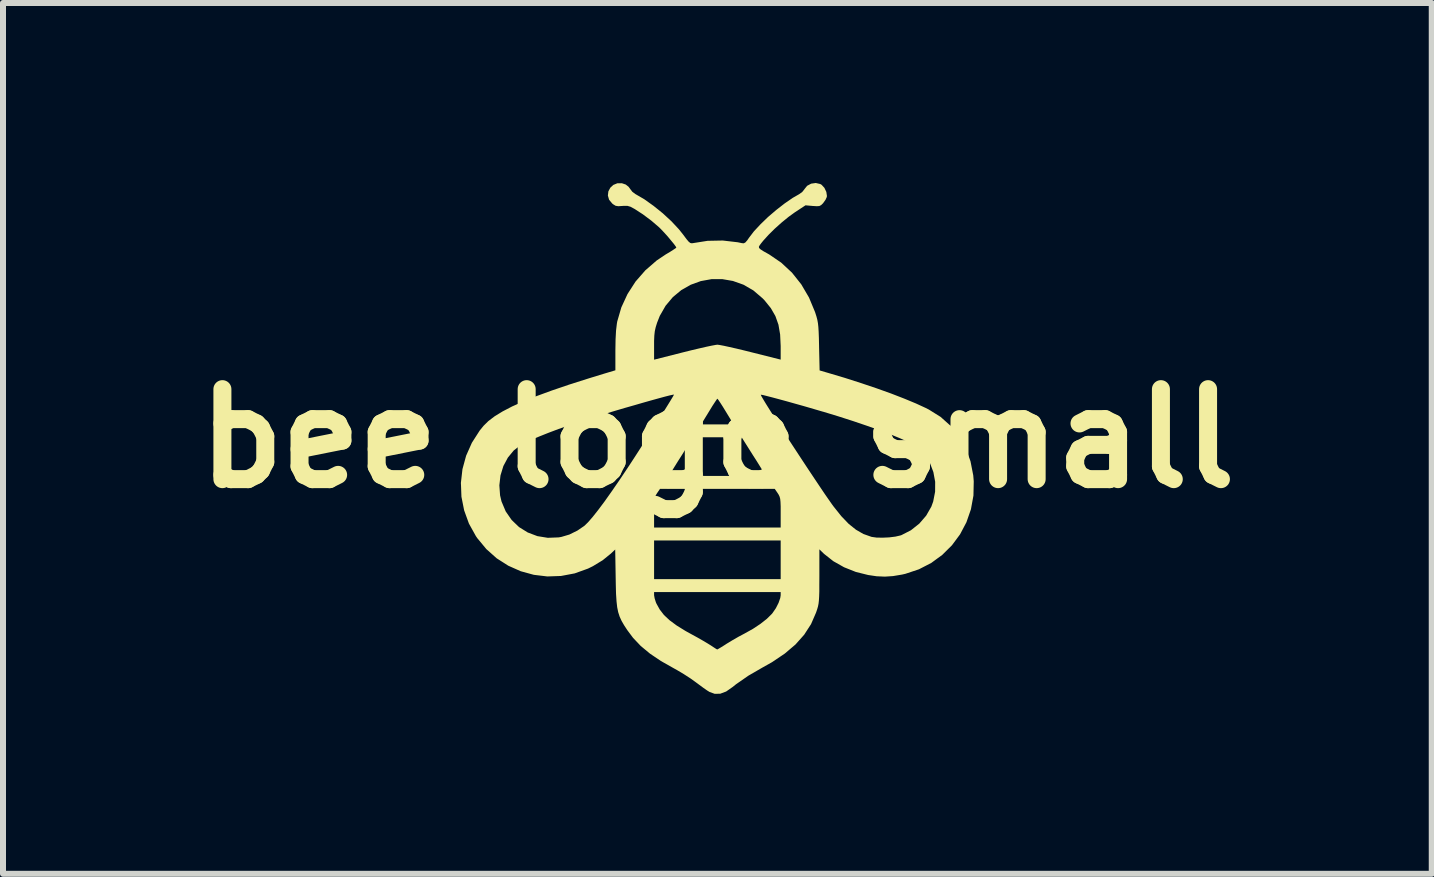
<source format=kicad_pcb>
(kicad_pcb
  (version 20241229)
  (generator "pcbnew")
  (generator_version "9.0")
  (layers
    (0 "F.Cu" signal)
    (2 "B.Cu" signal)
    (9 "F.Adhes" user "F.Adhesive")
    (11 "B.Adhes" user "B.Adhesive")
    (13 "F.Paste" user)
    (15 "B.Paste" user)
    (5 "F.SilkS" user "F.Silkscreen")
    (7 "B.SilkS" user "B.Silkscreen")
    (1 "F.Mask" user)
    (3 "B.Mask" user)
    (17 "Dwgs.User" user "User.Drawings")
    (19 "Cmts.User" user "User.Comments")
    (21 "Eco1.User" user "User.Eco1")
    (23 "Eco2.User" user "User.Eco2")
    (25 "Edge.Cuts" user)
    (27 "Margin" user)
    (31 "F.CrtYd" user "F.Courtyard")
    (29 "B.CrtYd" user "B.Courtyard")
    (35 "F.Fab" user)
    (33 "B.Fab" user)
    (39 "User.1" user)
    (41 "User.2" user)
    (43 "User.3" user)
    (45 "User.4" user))
  (footprint "bee logo small"
    (layer "F.Cu")
    (at 8.907 4.258)
    (property "Reference" "bee logo small" (at 0 0 0) (layer "F.SilkS") (effects (font (size 1.5 1.5) (thickness 0.3))))
    (attr board_only exclude_from_pos_files exclude_from_bom)
    (fp_poly (pts (xy 1.714 -4.241) (xy 1.737 -4.228) (xy 1.784 -4.177) (xy 1.816 -4.109) (xy 1.826 -4.042) (xy 1.823 -4.023) (xy 1.802 -3.977) (xy 1.766 -3.927) (xy 1.761 -3.92) (xy 1.73 -3.89) (xy 1.7 -3.874) (xy 1.658 -3.871) (xy 1.591 -3.875) (xy 1.59 -3.875) (xy 1.469 -3.886) (xy 1.291 -3.769) (xy 1.186 -3.693) (xy 1.072 -3.6) (xy 0.957 -3.497) (xy 0.852 -3.393) (xy 0.766 -3.298) (xy 0.732 -3.256) (xy 0.706 -3.221) (xy 0.692 -3.196) (xy 0.695 -3.175) (xy 0.719 -3.152) (xy 0.767 -3.121) (xy 0.844 -3.078) (xy 0.862 -3.068) (xy 1.063 -2.931) (xy 1.243 -2.764) (xy 1.398 -2.569) (xy 1.527 -2.349) (xy 1.627 -2.109) (xy 1.633 -2.091) (xy 1.652 -2.031) (xy 1.666 -1.977) (xy 1.676 -1.922) (xy 1.683 -1.858) (xy 1.688 -1.778) (xy 1.692 -1.675) (xy 1.695 -1.54) (xy 1.695 -1.529) (xy 1.704 -1.134) (xy 1.844 -1.093) (xy 2.12 -1.011) (xy 2.391 -0.924) (xy 2.65 -0.837) (xy 2.893 -0.75) (xy 3.115 -0.664) (xy 3.31 -0.583) (xy 3.473 -0.508) (xy 3.524 -0.482) (xy 3.721 -0.359) (xy 3.89 -0.208) (xy 4.031 -0.034) (xy 4.141 0.163) (xy 4.219 0.381) (xy 4.265 0.616) (xy 4.273 0.714) (xy 4.268 0.952) (xy 4.226 1.181) (xy 4.151 1.397) (xy 4.045 1.598) (xy 3.91 1.78) (xy 3.749 1.94) (xy 3.565 2.075) (xy 3.359 2.181) (xy 3.134 2.256) (xy 3.077 2.269) (xy 2.927 2.294) (xy 2.792 2.303) (xy 2.655 2.297) (xy 2.513 2.276) (xy 2.308 2.225) (xy 2.112 2.147) (xy 1.933 2.046) (xy 1.781 1.926) (xy 1.773 1.919) (xy 1.7 1.848) (xy 1.7 2.297) (xy 1.699 2.441) (xy 1.699 2.552) (xy 1.696 2.638) (xy 1.692 2.703) (xy 1.686 2.755) (xy 1.677 2.8) (xy 1.664 2.845) (xy 1.647 2.896) (xy 1.644 2.904) (xy 1.561 3.095) (xy 1.447 3.271) (xy 1.302 3.434) (xy 1.123 3.586) (xy 0.909 3.73) (xy 0.754 3.817) (xy 0.517 3.954) (xy 0.311 4.097) (xy 0.252 4.144) (xy 0.146 4.218) (xy 0.047 4.255) (xy -0.046 4.256) (xy -0.131 4.225) (xy -0.173 4.199) (xy -0.236 4.155) (xy -0.309 4.101) (xy -0.359 4.064) (xy -0.451 3.998) (xy -0.561 3.927) (xy -0.672 3.861) (xy -0.726 3.831) (xy -0.942 3.709) (xy -1.124 3.586) (xy -1.277 3.459) (xy -1.405 3.324) (xy -1.502 3.194) (xy -1.555 3.113) (xy -1.597 3.04) (xy -1.629 2.97) (xy -1.653 2.896) (xy -1.67 2.813) (xy -1.681 2.714) (xy -1.689 2.592) (xy -1.69 2.56) (xy -1.055 2.56) (xy -1.055 2.613) (xy -1.046 2.664) (xy -1.026 2.728) (xy -1.016 2.752) (xy -0.961 2.851) (xy -0.89 2.943) (xy -0.797 3.03) (xy -0.678 3.118) (xy -0.529 3.21) (xy -0.429 3.265) (xy -0.334 3.317) (xy -0.241 3.37) (xy -0.162 3.417) (xy -0.109 3.45) (xy -0.056 3.485) (xy -0.017 3.51) (xy -0.002 3.517) (xy 0.017 3.507) (xy 0.061 3.481) (xy 0.122 3.443) (xy 0.154 3.422) (xy 0.248 3.365) (xy 0.354 3.304) (xy 0.452 3.252) (xy 0.459 3.248) (xy 0.592 3.174) (xy 0.717 3.091) (xy 0.825 3.006) (xy 0.906 2.926) (xy 0.918 2.912) (xy 0.975 2.829) (xy 1.02 2.74) (xy 1.048 2.659) (xy 1.055 2.613) (xy 1.055 2.56) (xy 0 2.56) (xy -1.055 2.56) (xy -1.69 2.56) (xy -1.693 2.441) (xy -1.695 2.328) (xy -1.703 1.851) (xy -1.775 1.919) (xy -1.912 2.03) (xy -2.075 2.129) (xy -2.156 2.169) (xy -2.378 2.249) (xy -2.606 2.292) (xy -2.834 2.3) (xy -3.059 2.273) (xy -3.278 2.213) (xy -3.485 2.121) (xy -3.678 1.998) (xy -3.851 1.844) (xy -3.97 1.7) (xy -1.055 1.7) (xy -1.055 2.022) (xy -1.055 2.345) (xy 0 2.345) (xy 1.055 2.345) (xy 1.055 2.022) (xy 1.055 1.7) (xy 0 1.7) (xy -1.055 1.7) (xy -3.97 1.7) (xy -4.001 1.663) (xy -4.025 1.628) (xy -4.141 1.419) (xy -4.221 1.198) (xy -4.266 0.971) (xy -4.273 0.781) (xy -3.634 0.781) (xy -3.622 0.948) (xy -3.598 1.05) (xy -3.528 1.216) (xy -3.429 1.359) (xy -3.306 1.477) (xy -3.161 1.567) (xy -3 1.628) (xy -2.827 1.656) (xy -2.645 1.649) (xy -2.6 1.641) (xy -2.468 1.602) (xy -2.332 1.535) (xy -2.259 1.485) (xy -1.055 1.485) (xy 0 1.485) (xy 1.055 1.485) (xy 1.055 1.235) (xy 1.055 1.131) (xy 1.052 1.058) (xy 1.047 1.007) (xy 1.037 0.97) (xy 1.022 0.938) (xy 1.006 0.913) (xy 0.956 0.84) (xy 0 0.84) (xy -0.956 0.84) (xy -1.006 0.913) (xy -1.026 0.946) (xy -1.04 0.978) (xy -1.049 1.017) (xy -1.053 1.073) (xy -1.055 1.153) (xy -1.055 1.235) (xy -1.055 1.485) (xy -2.259 1.485) (xy -2.213 1.453) (xy -2.156 1.397) (xy -2.08 1.31) (xy -1.988 1.194) (xy -1.881 1.051) (xy -1.762 0.883) (xy -1.631 0.693) (xy -1.575 0.609) (xy -0.798 0.609) (xy -0.78 0.612) (xy -0.728 0.616) (xy -0.644 0.619) (xy -0.534 0.621) (xy -0.401 0.623) (xy -0.248 0.624) (xy -0.081 0.625) (xy 0 0.625) (xy 0.173 0.625) (xy 0.332 0.624) (xy 0.475 0.622) (xy 0.597 0.62) (xy 0.693 0.617) (xy 0.76 0.614) (xy 0.794 0.61) (xy 0.798 0.609) (xy 0.786 0.587) (xy 0.756 0.539) (xy 0.712 0.468) (xy 0.658 0.381) (xy 0.597 0.286) (xy 0.404 -0.02) (xy -0.001 -0.02) (xy -0.406 -0.02) (xy -0.598 0.287) (xy -0.66 0.384) (xy -0.714 0.471) (xy -0.757 0.541) (xy -0.786 0.589) (xy -0.798 0.609) (xy -1.575 0.609) (xy -1.494 0.488) (xy -1.429 0.389) (xy -1.355 0.275) (xy -1.275 0.151) (xy -1.192 0.021) (xy -1.108 -0.11) (xy -1.029 -0.234) (xy -0.271 -0.234) (xy 0.000121 -0.234) (xy 0.271 -0.234) (xy 0.14 -0.449) (xy 0.091 -0.529) (xy 0.048 -0.596) (xy 0.017 -0.642) (xy 0.001 -0.662) (xy 0 -0.663) (xy -0.013 -0.647) (xy -0.042 -0.604) (xy -0.084 -0.54) (xy -0.132 -0.461) (xy -0.14 -0.448) (xy -0.271 -0.234) (xy -1.029 -0.234) (xy -1.026 -0.24) (xy -0.949 -0.363) (xy -0.878 -0.474) (xy -0.818 -0.571) (xy -0.77 -0.649) (xy -0.738 -0.703) (xy -0.724 -0.729) (xy 0.723 -0.729) (xy 0.733 -0.706) (xy 0.763 -0.654) (xy 0.81 -0.576) (xy 0.872 -0.477) (xy 0.946 -0.36) (xy 1.03 -0.229) (xy 1.122 -0.086) (xy 1.219 0.064) (xy 1.32 0.218) (xy 1.421 0.372) (xy 1.52 0.522) (xy 1.616 0.666) (xy 1.705 0.799) (xy 1.785 0.918) (xy 1.855 1.019) (xy 1.911 1.099) (xy 1.936 1.133) (xy 2.066 1.296) (xy 2.189 1.424) (xy 2.31 1.521) (xy 2.433 1.592) (xy 2.563 1.638) (xy 2.573 1.641) (xy 2.652 1.652) (xy 2.753 1.654) (xy 2.863 1.649) (xy 2.967 1.636) (xy 3.05 1.617) (xy 3.068 1.611) (xy 3.226 1.53) (xy 3.365 1.42) (xy 3.48 1.287) (xy 3.566 1.137) (xy 3.597 1.052) (xy 3.629 0.888) (xy 3.63 0.722) (xy 3.6 0.56) (xy 3.543 0.409) (xy 3.461 0.275) (xy 3.355 0.164) (xy 3.273 0.107) (xy 3.176 0.056) (xy 3.044 -0.003) (xy 2.883 -0.069) (xy 2.696 -0.139) (xy 2.488 -0.213) (xy 2.261 -0.29) (xy 2.021 -0.367) (xy 1.772 -0.443) (xy 1.753 -0.448) (xy 1.599 -0.493) (xy 1.445 -0.538) (xy 1.295 -0.58) (xy 1.153 -0.62) (xy 1.024 -0.655) (xy 0.912 -0.685) (xy 0.822 -0.708) (xy 0.759 -0.724) (xy 0.726 -0.729) (xy 0.723 -0.729) (xy -0.724 -0.729) (xy -0.723 -0.729) (xy -0.723 -0.731) (xy -0.741 -0.729) (xy -0.792 -0.718) (xy -0.871 -0.698) (xy -0.974 -0.67) (xy -1.097 -0.636) (xy -1.235 -0.597) (xy -1.383 -0.554) (xy -1.538 -0.51) (xy -1.694 -0.464) (xy -1.847 -0.418) (xy -1.993 -0.374) (xy -2.127 -0.333) (xy -2.245 -0.295) (xy -2.292 -0.28) (xy -2.47 -0.22) (xy -2.646 -0.158) (xy -2.813 -0.095) (xy -2.966 -0.034) (xy -3.099 0.022) (xy -3.206 0.071) (xy -3.271 0.105) (xy -3.393 0.199) (xy -3.492 0.319) (xy -3.567 0.46) (xy -3.615 0.616) (xy -3.634 0.781) (xy -4.273 0.781) (xy -4.275 0.741) (xy -4.249 0.512) (xy -4.188 0.288) (xy -4.092 0.072) (xy -3.962 -0.131) (xy -3.897 -0.211) (xy -3.818 -0.289) (xy -3.713 -0.369) (xy -3.581 -0.45) (xy -3.422 -0.533) (xy -3.232 -0.618) (xy -3.011 -0.707) (xy -2.757 -0.8) (xy -2.469 -0.898) (xy -2.145 -1.001) (xy -1.871 -1.085) (xy -1.7 -1.136) (xy -1.7 -1.313) (xy -1.055 -1.313) (xy -0.562 -1.438) (xy -0.425 -1.472) (xy -0.298 -1.502) (xy -0.185 -1.528) (xy -0.094 -1.547) (xy -0.029 -1.559) (xy 0 -1.563) (xy 0.037 -1.558) (xy 0.106 -1.545) (xy 0.202 -1.524) (xy 0.317 -1.498) (xy 0.446 -1.467) (xy 0.562 -1.438) (xy 1.055 -1.314) (xy 1.055 -1.541) (xy 1.046 -1.732) (xy 1.018 -1.896) (xy 0.967 -2.04) (xy 0.891 -2.172) (xy 0.787 -2.301) (xy 0.752 -2.337) (xy 0.6 -2.467) (xy 0.434 -2.563) (xy 0.259 -2.625) (xy 0.08 -2.656) (xy -0.099 -2.655) (xy -0.276 -2.623) (xy -0.444 -2.562) (xy -0.601 -2.473) (xy -0.742 -2.356) (xy -0.863 -2.212) (xy -0.96 -2.043) (xy -1.005 -1.929) (xy -1.028 -1.855) (xy -1.043 -1.788) (xy -1.051 -1.715) (xy -1.055 -1.623) (xy -1.055 -1.547) (xy -1.055 -1.313) (xy -1.7 -1.313) (xy -1.7 -1.467) (xy -1.697 -1.65) (xy -1.689 -1.798) (xy -1.675 -1.915) (xy -1.669 -1.95) (xy -1.601 -2.184) (xy -1.498 -2.407) (xy -1.364 -2.615) (xy -1.2 -2.803) (xy -1.012 -2.966) (xy -0.863 -3.066) (xy -0.789 -3.11) (xy -0.731 -3.147) (xy -0.694 -3.172) (xy -0.684 -3.18) (xy -0.696 -3.203) (xy -0.729 -3.247) (xy -0.776 -3.304) (xy -0.83 -3.369) (xy -0.887 -3.432) (xy -0.939 -3.487) (xy -0.97 -3.518) (xy -1.098 -3.628) (xy -1.242 -3.736) (xy -1.383 -3.827) (xy -1.385 -3.828) (xy -1.448 -3.862) (xy -1.5 -3.877) (xy -1.559 -3.877) (xy -1.587 -3.875) (xy -1.652 -3.871) (xy -1.696 -3.878) (xy -1.734 -3.901) (xy -1.752 -3.915) (xy -1.805 -3.979) (xy -1.825 -4.049) (xy -1.817 -4.118) (xy -1.785 -4.179) (xy -1.734 -4.226) (xy -1.668 -4.253) (xy -1.592 -4.254) (xy -1.527 -4.232) (xy -1.48 -4.195) (xy -1.45 -4.154) (xy -1.418 -4.112) (xy -1.368 -4.074) (xy -1.364 -4.072) (xy -1.218 -3.987) (xy -1.064 -3.877) (xy -0.909 -3.752) (xy -0.765 -3.619) (xy -0.641 -3.486) (xy -0.567 -3.393) (xy -0.515 -3.323) (xy -0.478 -3.279) (xy -0.451 -3.258) (xy -0.427 -3.253) (xy -0.41 -3.255) (xy -0.163 -3.294) (xy 0.09 -3.299) (xy 0.339 -3.27) (xy 0.41 -3.255) (xy 0.44 -3.253) (xy 0.467 -3.267) (xy 0.499 -3.304) (xy 0.528 -3.346) (xy 0.609 -3.452) (xy 0.717 -3.568) (xy 0.843 -3.69) (xy 0.981 -3.808) (xy 1.121 -3.917) (xy 1.256 -4.01) (xy 1.364 -4.072) (xy 1.414 -4.108) (xy 1.449 -4.151) (xy 1.45 -4.154) (xy 1.496 -4.211) (xy 1.563 -4.247) (xy 1.64 -4.258)) (stroke (width 0) (type solid)) (fill yes) (layer "F.SilkS")))
  (gr_rect
    (start -3 -3)
    (end 20.814 11.514)
    (stroke (width 0.1) (type default))
    (fill no)
    (layer "Edge.Cuts")))
</source>
